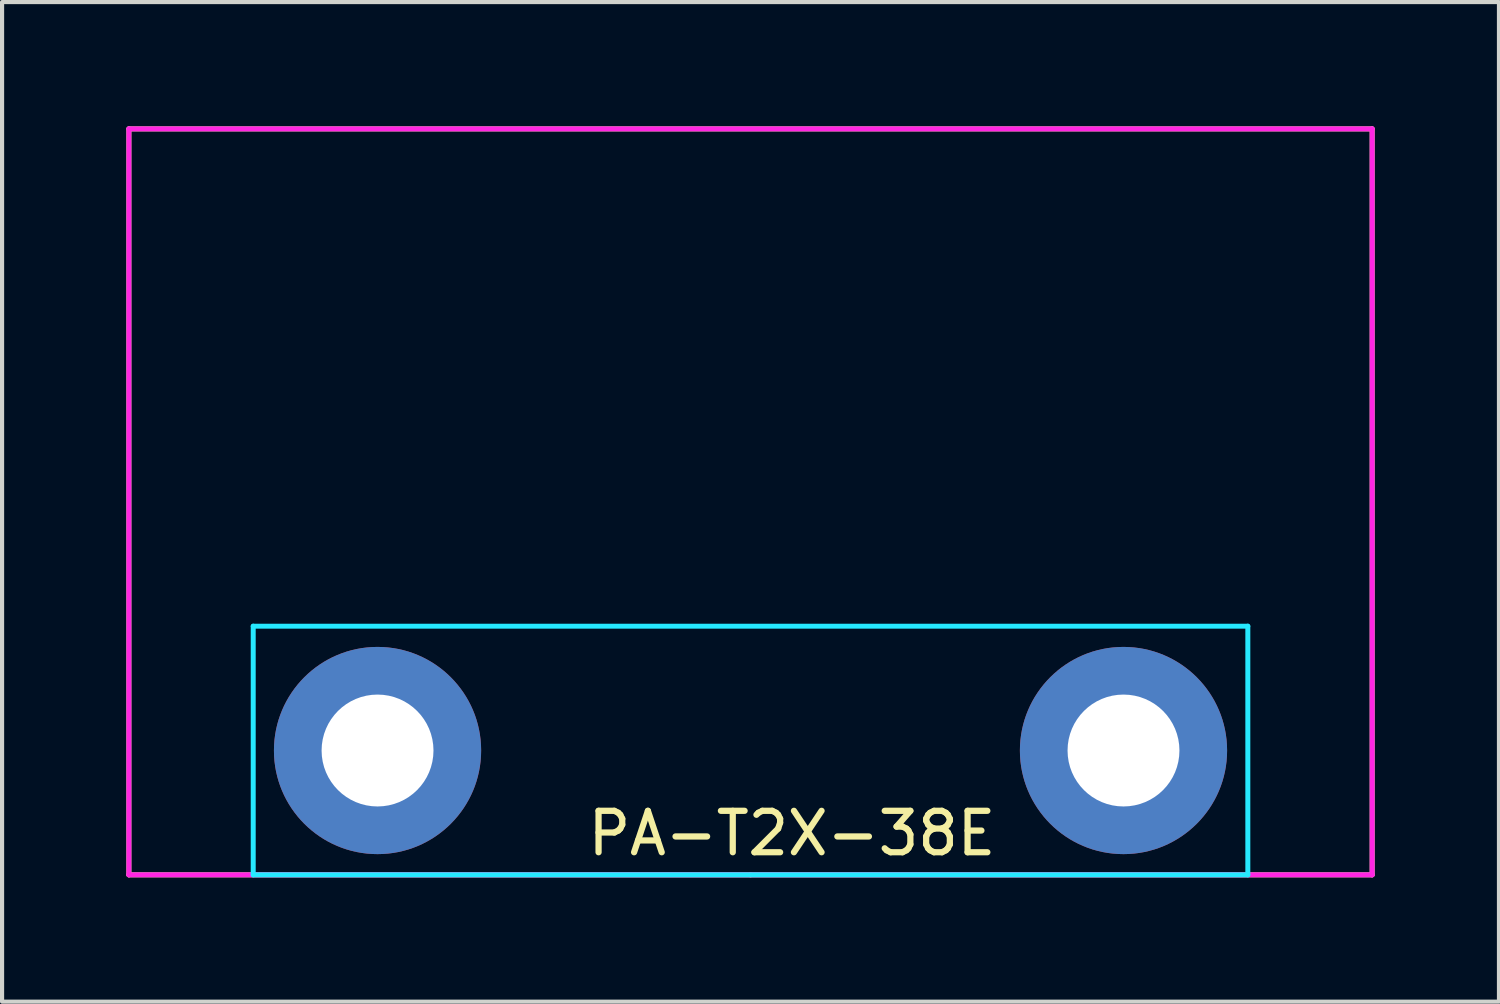
<source format=kicad_pcb>
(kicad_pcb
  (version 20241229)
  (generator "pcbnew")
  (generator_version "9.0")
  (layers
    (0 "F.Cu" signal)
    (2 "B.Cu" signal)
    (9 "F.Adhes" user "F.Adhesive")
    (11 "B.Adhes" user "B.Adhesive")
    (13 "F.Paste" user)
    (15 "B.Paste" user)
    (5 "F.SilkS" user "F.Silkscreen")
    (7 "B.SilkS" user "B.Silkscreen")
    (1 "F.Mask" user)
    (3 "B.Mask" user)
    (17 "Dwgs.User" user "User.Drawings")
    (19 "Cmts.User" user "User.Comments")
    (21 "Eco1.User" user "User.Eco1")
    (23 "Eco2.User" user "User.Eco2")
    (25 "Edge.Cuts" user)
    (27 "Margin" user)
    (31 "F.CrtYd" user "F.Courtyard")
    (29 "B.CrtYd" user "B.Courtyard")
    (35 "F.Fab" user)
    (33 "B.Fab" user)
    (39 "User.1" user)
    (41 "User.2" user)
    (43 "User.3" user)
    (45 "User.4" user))
  (footprint "PA-T2X-38E"
    (layer "F.Cu")
    (at 6.06 15.06)
    (property "Reference" "PA-T2X-38E" (at 10 2 0) (layer "F.SilkS") (effects (font (size 1 1) (thickness 0.15))))
    (attr through_hole)
    (fp_line (start -6 -15) (end -6 3) (stroke (width 0.12) (type solid)) (layer "F.SilkS"))
    (fp_line (start -6 3) (end 9 3) (stroke (width 0.12) (type solid)) (layer "F.SilkS"))
    (fp_line (start 9 3) (end 24 3) (stroke (width 0.12) (type solid)) (layer "F.SilkS"))
    (fp_line (start 24 -15) (end -6 -15) (stroke (width 0.12) (type solid)) (layer "F.SilkS"))
    (fp_line (start 24 3) (end 24 -15) (stroke (width 0.12) (type solid)) (layer "F.SilkS"))
    (fp_line (start -3 -3) (end 21 -3) (stroke (width 0.12) (type solid)) (layer "B.CrtYd"))
    (fp_line (start -3 3) (end -3 -3) (stroke (width 0.12) (type solid)) (layer "B.CrtYd"))
    (fp_line (start 21 -3) (end 21 3) (stroke (width 0.12) (type solid)) (layer "B.CrtYd"))
    (fp_line (start 21 3) (end -3 3) (stroke (width 0.12) (type solid)) (layer "B.CrtYd"))
    (fp_line (start -6 -15) (end 24 -15) (stroke (width 0.12) (type solid)) (layer "F.CrtYd"))
    (fp_line (start -6 3) (end -6 -15) (stroke (width 0.12) (type solid)) (layer "F.CrtYd"))
    (fp_line (start 24 -15) (end 24 3) (stroke (width 0.12) (type solid)) (layer "F.CrtYd"))
    (fp_line (start 24 3) (end -6 3) (stroke (width 0.12) (type solid)) (layer "F.CrtYd"))
    (pad "1" thru_hole circle (at 0 0) (size 5 5) (drill 2.7) (layers "*.Cu" "*.Mask"))
    (pad "1" thru_hole circle (at 18 0) (size 5 5) (drill 2.7) (layers "*.Cu" "*.Mask")))
  (gr_rect
    (start -3 -3)
    (end 33.12 21.12)
    (stroke (width 0.1) (type default))
    (fill no)
    (layer "Edge.Cuts")))
</source>
